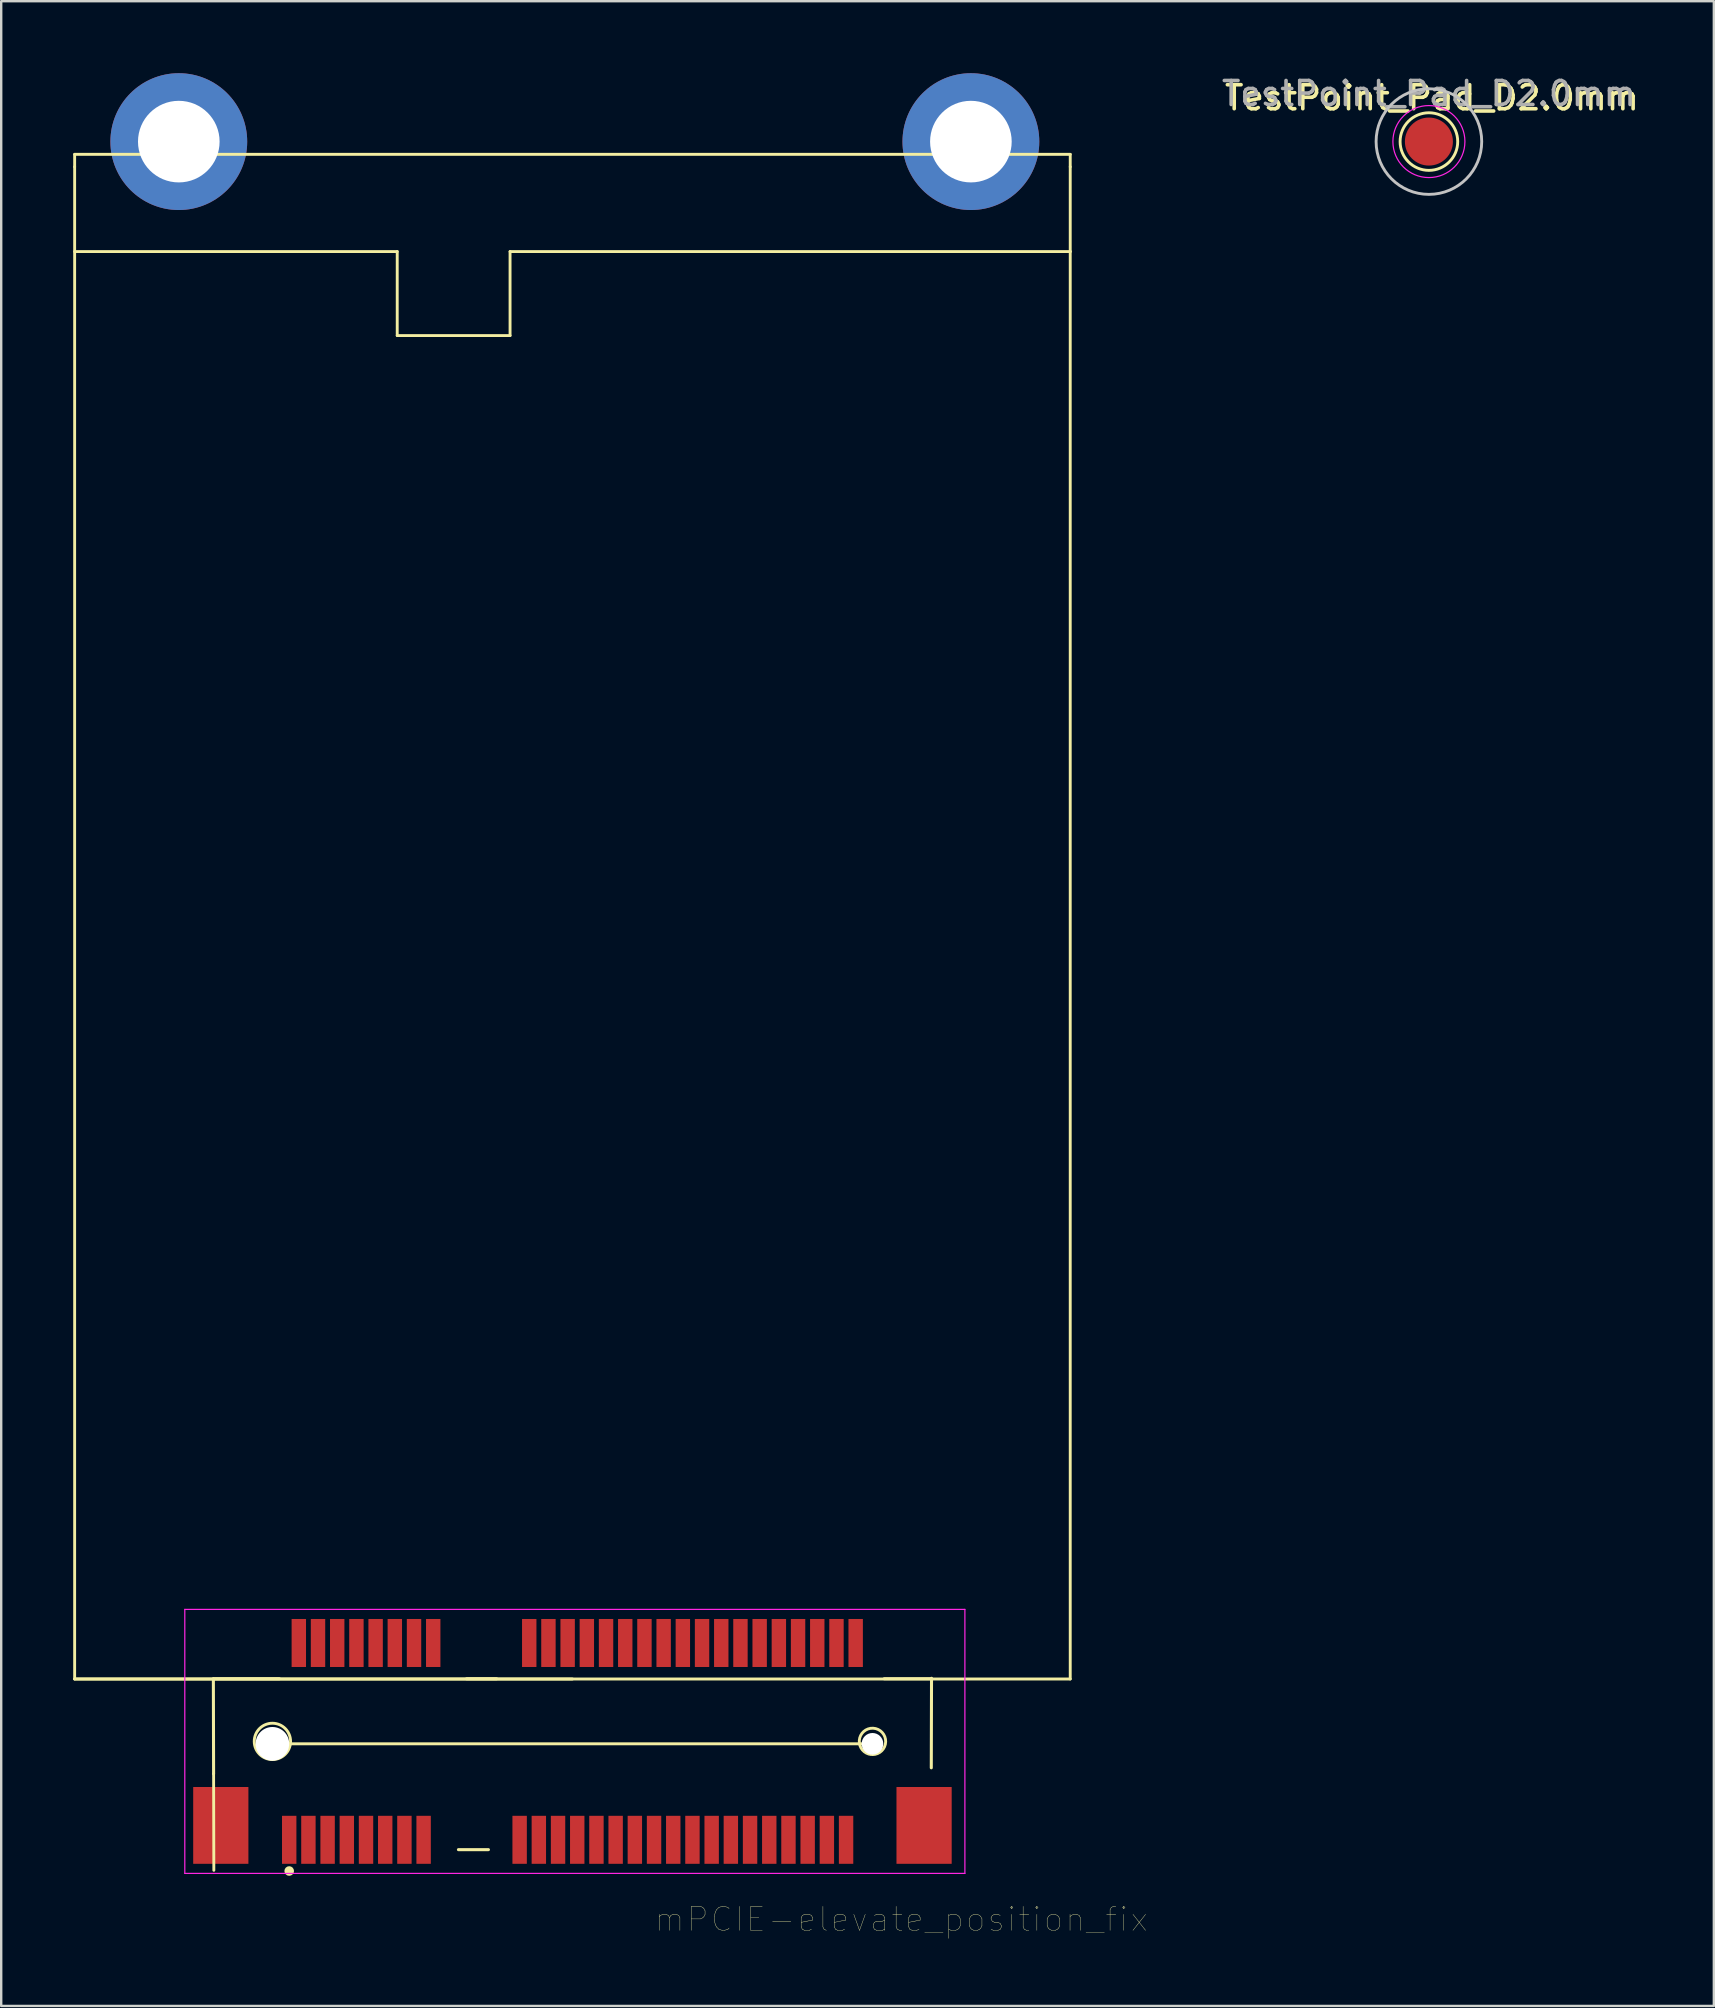
<source format=kicad_pcb>
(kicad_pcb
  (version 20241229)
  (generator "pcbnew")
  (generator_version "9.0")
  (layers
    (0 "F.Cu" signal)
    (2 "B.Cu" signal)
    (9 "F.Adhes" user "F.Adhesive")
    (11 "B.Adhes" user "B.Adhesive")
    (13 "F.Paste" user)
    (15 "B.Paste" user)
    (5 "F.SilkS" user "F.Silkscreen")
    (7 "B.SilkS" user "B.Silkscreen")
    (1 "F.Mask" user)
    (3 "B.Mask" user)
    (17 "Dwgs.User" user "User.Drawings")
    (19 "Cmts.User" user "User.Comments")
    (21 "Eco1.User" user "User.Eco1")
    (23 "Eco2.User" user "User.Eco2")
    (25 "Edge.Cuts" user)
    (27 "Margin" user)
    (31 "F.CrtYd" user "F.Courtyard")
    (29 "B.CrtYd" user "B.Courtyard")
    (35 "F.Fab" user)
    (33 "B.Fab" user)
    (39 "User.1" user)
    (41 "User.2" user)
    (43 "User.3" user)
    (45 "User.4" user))
  (footprint "TestPoint_Pad_D2.0mm"
    (layer "F.Cu")
    (at 56.481 2.848)
    (property "Reference" "TestPoint_Pad_D2.0mm" (at 0.127 -1.824 0) (layer "F.SilkS") (effects (font (size 1 1) (thickness 0.15))))
    (attr exclude_from_pos_files)
    (fp_circle (center 0 0) (end 0 1.2) (stroke (width 0.12) (type solid)) (fill no) (layer "F.SilkS"))
    (fp_circle (center 0 0) (end 2.2 0) (stroke (width 0.12) (type default)) (fill no) (layer "Dwgs.User"))
    (fp_circle (center 0 0) (end 1.5 0) (stroke (width 0.05) (type solid)) (fill no) (layer "F.CrtYd"))
    (fp_text user "${REFERENCE}" (at 0 -2 0) (layer "F.Fab") (effects (font (size 1 1) (thickness 0.15))))
    (pad "1" smd circle (at 0 0) (size 2 2) (layers "F.Cu" "F.Mask")))
  (footprint "mPCIE-elevate_position_fix"
    (layer "F.Cu")
    (at 20.799 69.5)
    (property "Reference" "mPCIE-elevate_position_fix" (at 13.7 7.41 0) (layer "F.SilkS") (effects (font (size 1.001 1.001) (thickness 0.015))))
    (attr through_hole)
    (fp_line (start -20.739 -66.12) (end 20.739 -66.12) (stroke (width 0.12) (type solid)) (layer "F.SilkS"))
    (fp_line (start -20.739 -65.6) (end -20.739 -66.12) (stroke (width 0.12) (type solid)) (layer "F.SilkS"))
    (fp_line (start -20.739 -2.6) (end -20.739 -65.6) (stroke (width 0.12) (type solid)) (layer "F.SilkS"))
    (fp_line (start -20.739 -2.6) (end 20.739 -2.6) (stroke (width 0.12) (type solid)) (layer "F.SilkS"))
    (fp_line (start -14.96 -2.61) (end -12.21 -2.61) (stroke (width 0.127) (type solid)) (layer "F.SilkS"))
    (fp_line (start -14.95 1.35) (end -14.96 -2.6) (stroke (width 0.127) (type solid)) (layer "F.SilkS"))
    (fp_line (start -14.95 1.35) (end -14.94 5.37) (stroke (width 0.12) (type solid)) (layer "F.SilkS"))
    (fp_line (start -12.5 0.1) (end 12.5 0.1) (stroke (width 0.12) (type solid)) (layer "F.SilkS"))
    (fp_line (start -7.3 -62.07) (end -20.739 -62.07) (stroke (width 0.12) (type solid)) (layer "F.SilkS"))
    (fp_line (start -7.3 -62.07) (end -7.3 -58.57) (stroke (width 0.12) (type solid)) (layer "F.SilkS"))
    (fp_line (start -7.3 -58.57) (end -2.599 -58.57) (stroke (width 0.12) (type solid)) (layer "F.SilkS"))
    (fp_line (start -4.75 4.51) (end -3.5 4.51) (stroke (width 0.127) (type solid)) (layer "F.SilkS"))
    (fp_line (start -4.41 -2.61) (end -3.16 -2.61) (stroke (width 0.127) (type solid)) (layer "F.SilkS"))
    (fp_line (start -2.599 -58.57) (end -2.599 -62.07) (stroke (width 0.12) (type solid)) (layer "F.SilkS"))
    (fp_line (start 0 -2.6) (end -20.739 -2.6) (stroke (width 0.12) (type solid)) (layer "F.SilkS"))
    (fp_line (start 12.99 -2.61) (end 14.94 -2.61) (stroke (width 0.127) (type solid)) (layer "F.SilkS"))
    (fp_line (start 14.96 -2.63) (end 14.95 1.1) (stroke (width 0.127) (type solid)) (layer "F.SilkS"))
    (fp_line (start 20.739 -65.6) (end 20.739 -66.12) (stroke (width 0.12) (type solid)) (layer "F.SilkS"))
    (fp_line (start 20.739 -62.07) (end -2.599 -62.07) (stroke (width 0.12) (type solid)) (layer "F.SilkS"))
    (fp_line (start 20.739 -62.07) (end 20.739 -62.07) (stroke (width 0.12) (type solid)) (layer "F.SilkS"))
    (fp_line (start 20.739 -2.6) (end 20.739 -65.6) (stroke (width 0.12) (type solid)) (layer "F.SilkS"))
    (fp_arc (start 12.445273 0.54727) (mid 12.527398 -0.549317) (end 12.5 0.55) (stroke (width 0.12) (type solid)) (layer "F.SilkS"))
    (fp_circle (center -12.5 0) (end -12.4 -0.75) (stroke (width 0.12) (type solid)) (fill no) (layer "F.SilkS"))
    (fp_circle (center -11.8 5.4) (end -11.7 5.4) (stroke (width 0.2) (type solid)) (fill no) (layer "F.SilkS"))
    (fp_line (start -16.15 -5.5) (end -16.15 5.5) (stroke (width 0.05) (type solid)) (layer "F.CrtYd"))
    (fp_line (start -16.15 5.5) (end 16.35 5.5) (stroke (width 0.05) (type solid)) (layer "F.CrtYd"))
    (fp_line (start 16.35 -5.5) (end -16.15 -5.5) (stroke (width 0.05) (type solid)) (layer "F.CrtYd"))
    (fp_line (start 16.35 5.5) (end 16.35 -5.5) (stroke (width 0.05) (type solid)) (layer "F.CrtYd"))
    (pad "" np_thru_hole circle (at -12.5 0.1) (size 1.4 1.4) (drill 1.4) (layers "*.Cu" "*.Mask"))
    (pad "" np_thru_hole circle (at 12.5 0.1) (size 0.9 0.9) (drill 0.9) (layers "*.Cu" "*.Mask"))
    (pad "1" smd rect (at -11.8 4.1) (size 0.6 2) (layers "F.Cu" "F.Mask" "F.Paste"))
    (pad "2" smd rect (at -11.4 -4.1) (size 0.6 2) (layers "F.Cu" "F.Mask" "F.Paste"))
    (pad "3" smd rect (at -11 4.1) (size 0.6 2) (layers "F.Cu" "F.Mask" "F.Paste"))
    (pad "4" smd rect (at -10.6 -4.1) (size 0.6 2) (layers "F.Cu" "F.Mask" "F.Paste"))
    (pad "5" smd rect (at -10.2 4.1) (size 0.6 2) (layers "F.Cu" "F.Mask" "F.Paste"))
    (pad "6" smd rect (at -9.8 -4.1) (size 0.6 2) (layers "F.Cu" "F.Mask" "F.Paste"))
    (pad "7" smd rect (at -9.4 4.1) (size 0.6 2) (layers "F.Cu" "F.Mask" "F.Paste"))
    (pad "8" smd rect (at -9 -4.1) (size 0.6 2) (layers "F.Cu" "F.Mask" "F.Paste"))
    (pad "9" smd rect (at -8.6 4.1) (size 0.6 2) (layers "F.Cu" "F.Mask" "F.Paste"))
    (pad "10" smd rect (at -8.2 -4.1) (size 0.6 2) (layers "F.Cu" "F.Mask" "F.Paste"))
    (pad "11" smd rect (at -7.8 4.1) (size 0.6 2) (layers "F.Cu" "F.Mask" "F.Paste"))
    (pad "12" smd rect (at -7.4 -4.1) (size 0.6 2) (layers "F.Cu" "F.Mask" "F.Paste"))
    (pad "13" smd rect (at -7 4.1) (size 0.6 2) (layers "F.Cu" "F.Mask" "F.Paste"))
    (pad "14" smd rect (at -6.6 -4.1) (size 0.6 2) (layers "F.Cu" "F.Mask" "F.Paste"))
    (pad "15" smd rect (at -6.2 4.1) (size 0.6 2) (layers "F.Cu" "F.Mask" "F.Paste"))
    (pad "16" smd rect (at -5.8 -4.1) (size 0.6 2) (layers "F.Cu" "F.Mask" "F.Paste"))
    (pad "17" smd rect (at -2.2 4.1) (size 0.6 2) (layers "F.Cu" "F.Mask" "F.Paste"))
    (pad "18" smd rect (at -1.8 -4.1) (size 0.6 2) (layers "F.Cu" "F.Mask" "F.Paste"))
    (pad "19" smd rect (at -1.4 4.1) (size 0.6 2) (layers "F.Cu" "F.Mask" "F.Paste"))
    (pad "20" smd rect (at -1 -4.1) (size 0.6 2) (layers "F.Cu" "F.Mask" "F.Paste"))
    (pad "21" smd rect (at -0.6 4.1) (size 0.6 2) (layers "F.Cu" "F.Mask" "F.Paste"))
    (pad "22" smd rect (at -0.2 -4.1) (size 0.6 2) (layers "F.Cu" "F.Mask" "F.Paste"))
    (pad "23" smd rect (at 0.2 4.1) (size 0.6 2) (layers "F.Cu" "F.Mask" "F.Paste"))
    (pad "24" smd rect (at 0.6 -4.1) (size 0.6 2) (layers "F.Cu" "F.Mask" "F.Paste"))
    (pad "25" smd rect (at 1 4.1) (size 0.6 2) (layers "F.Cu" "F.Mask" "F.Paste"))
    (pad "26" smd rect (at 1.4 -4.1) (size 0.6 2) (layers "F.Cu" "F.Mask" "F.Paste"))
    (pad "27" smd rect (at 1.8 4.1) (size 0.6 2) (layers "F.Cu" "F.Mask" "F.Paste"))
    (pad "28" smd rect (at 2.2 -4.1) (size 0.6 2) (layers "F.Cu" "F.Mask" "F.Paste"))
    (pad "29" smd rect (at 2.6 4.1) (size 0.6 2) (layers "F.Cu" "F.Mask" "F.Paste"))
    (pad "30" smd rect (at 3 -4.1) (size 0.6 2) (layers "F.Cu" "F.Mask" "F.Paste"))
    (pad "31" smd rect (at 3.4 4.1) (size 0.6 2) (layers "F.Cu" "F.Mask" "F.Paste"))
    (pad "32" smd rect (at 3.8 -4.1) (size 0.6 2) (layers "F.Cu" "F.Mask" "F.Paste"))
    (pad "33" smd rect (at 4.2 4.1) (size 0.6 2) (layers "F.Cu" "F.Mask" "F.Paste"))
    (pad "34" smd rect (at 4.6 -4.1) (size 0.6 2) (layers "F.Cu" "F.Mask" "F.Paste"))
    (pad "35" smd rect (at 5 4.1) (size 0.6 2) (layers "F.Cu" "F.Mask" "F.Paste"))
    (pad "36" smd rect (at 5.4 -4.1) (size 0.6 2) (layers "F.Cu" "F.Mask" "F.Paste"))
    (pad "37" smd rect (at 5.8 4.1) (size 0.6 2) (layers "F.Cu" "F.Mask" "F.Paste"))
    (pad "38" smd rect (at 6.2 -4.1) (size 0.6 2) (layers "F.Cu" "F.Mask" "F.Paste"))
    (pad "39" smd rect (at 6.6 4.1) (size 0.6 2) (layers "F.Cu" "F.Mask" "F.Paste"))
    (pad "40" smd rect (at 7 -4.1) (size 0.6 2) (layers "F.Cu" "F.Mask" "F.Paste"))
    (pad "41" smd rect (at 7.4 4.1) (size 0.6 2) (layers "F.Cu" "F.Mask" "F.Paste"))
    (pad "42" smd rect (at 7.8 -4.1) (size 0.6 2) (layers "F.Cu" "F.Mask" "F.Paste"))
    (pad "43" smd rect (at 8.2 4.1) (size 0.6 2) (layers "F.Cu" "F.Mask" "F.Paste"))
    (pad "44" smd rect (at 8.6 -4.1) (size 0.6 2) (layers "F.Cu" "F.Mask" "F.Paste"))
    (pad "45" smd rect (at 9 4.1) (size 0.6 2) (layers "F.Cu" "F.Mask" "F.Paste"))
    (pad "46" smd rect (at 9.4 -4.1) (size 0.6 2) (layers "F.Cu" "F.Mask" "F.Paste"))
    (pad "47" smd rect (at 9.8 4.1) (size 0.6 2) (layers "F.Cu" "F.Mask" "F.Paste"))
    (pad "48" smd rect (at 10.2 -4.1) (size 0.6 2) (layers "F.Cu" "F.Mask" "F.Paste"))
    (pad "49" smd rect (at 10.6 4.1) (size 0.6 2) (layers "F.Cu" "F.Mask" "F.Paste"))
    (pad "50" smd rect (at 11 -4.1) (size 0.6 2) (layers "F.Cu" "F.Mask" "F.Paste"))
    (pad "51" smd rect (at 11.4 4.1) (size 0.6 2) (layers "F.Cu" "F.Mask" "F.Paste"))
    (pad "52" smd rect (at 11.8 -4.1) (size 0.6 2) (layers "F.Cu" "F.Mask" "F.Paste"))
    (pad "S1" smd rect (at -14.65 3.5) (size 2.3 3.2) (layers "F.Cu" "F.Mask" "F.Paste"))
    (pad "S2" smd rect (at 14.65 3.5) (size 2.3 3.2) (layers "F.Cu" "F.Mask" "F.Paste"))
    (pad "~" thru_hole circle (at -16.4 -66.65) (size 5.7 5.7) (drill 3.4) (layers "*.Cu" "*.Mask"))
    (pad "~" thru_hole circle (at 16.6 -66.65) (size 5.7 5.7) (drill 3.4) (layers "*.Cu" "*.Mask")))
  (gr_rect
    (start -3 -3)
    (end 68.352 80.522)
    (stroke (width 0.1) (type default))
    (fill no)
    (layer "Edge.Cuts")))
</source>
